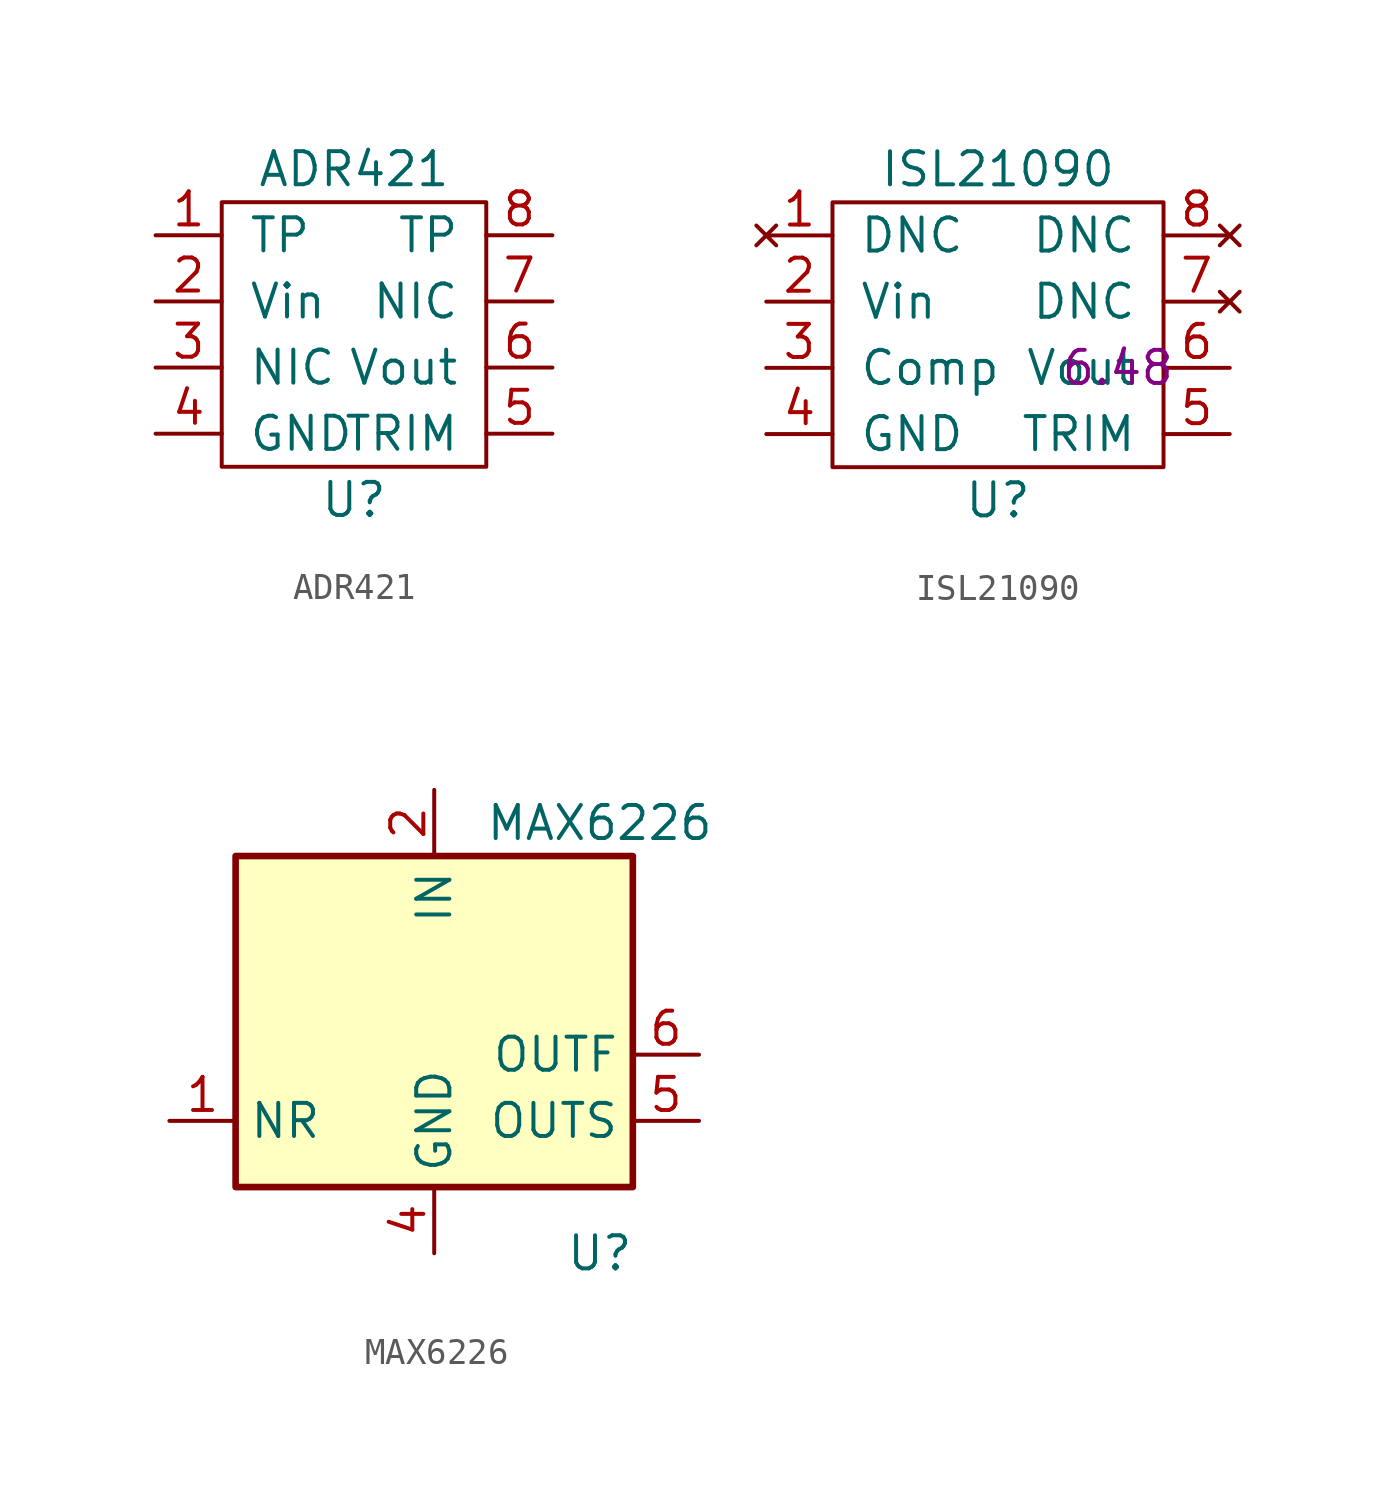
<source format=kicad_sym>
(kicad_symbol_lib
  (version 20211014)
  (generator kicad_symbol_editor)
  (symbol "ADR421"
    (pin_names
      (offset 1.016))
    (property "Reference" "U"
      (at 0 -6.35 0)
      (effects (font (size 1.27 1.27))))
    (property "Value" "ADR421"
      (at 0 6.35 0)
      (effects (font (size 1.27 1.27))))
    (symbol "ADR421_0_1"
      (rectangle (start -5.08 5.08) (end 5.08 -5.08) (stroke (width 0) (type default) (color 0 0 0 0)) (fill (type none))))
    (symbol "ADR421_1_1"
      (pin input line (at -7.62 3.81 0) (length 2.54) (name "TP" (effects (font (size 1.27 1.27)))) (number "1" (effects (font (size 1.27 1.27)))))
      (pin input line (at -7.62 1.27 0) (length 2.54) (name "Vin" (effects (font (size 1.27 1.27)))) (number "2" (effects (font (size 1.27 1.27)))))
      (pin input line (at -7.62 -1.27 0) (length 2.54) (name "NIC" (effects (font (size 1.27 1.27)))) (number "3" (effects (font (size 1.27 1.27)))))
      (pin input line (at -7.62 -3.81 0) (length 2.54) (name "GND" (effects (font (size 1.27 1.27)))) (number "4" (effects (font (size 1.27 1.27)))))
      (pin input line (at 7.62 -3.81 180) (length 2.54) (name "TRIM" (effects (font (size 1.27 1.27)))) (number "5" (effects (font (size 1.27 1.27)))))
      (pin input line (at 7.62 -1.27 180) (length 2.54) (name "Vout" (effects (font (size 1.27 1.27)))) (number "6" (effects (font (size 1.27 1.27)))))
      (pin input line (at 7.62 1.27 180) (length 2.54) (name "NIC" (effects (font (size 1.27 1.27)))) (number "7" (effects (font (size 1.27 1.27)))))
      (pin input line (at 7.62 3.81 180) (length 2.54) (name "TP" (effects (font (size 1.27 1.27)))) (number "8" (effects (font (size 1.27 1.27)))))))
  (symbol "ISL21090"
    (pin_names
      (offset 1.016))
    (property "Reference" "U"
      (at 0 -6.35 0)
      (effects (font (size 1.27 1.27))))
    (property "Value" "ISL21090"
      (at 0 6.35 0)
      (effects (font (size 1.27 1.27))))
    (property "Price" "6.48 "
      (at 5.08 -1.27 0)
      (effects (font (size 1.27 1.27))))
    (symbol "ISL21090_0_1"
      (rectangle (start -6.35 5.08) (end 6.35 -5.08) (stroke (width 0) (type default) (color 0 0 0 0)) (fill (type none))))
    (symbol "ISL21090_1_1"
      (pin no_connect line (at -8.89 3.81 0) (length 2.54) (name "DNC" (effects (font (size 1.27 1.27)))) (number "1" (effects (font (size 1.27 1.27)))))
      (pin input line (at -8.89 1.27 0) (length 2.54) (name "Vin" (effects (font (size 1.27 1.27)))) (number "2" (effects (font (size 1.27 1.27)))))
      (pin input line (at -8.89 -1.27 0) (length 2.54) (name "Comp" (effects (font (size 1.27 1.27)))) (number "3" (effects (font (size 1.27 1.27)))))
      (pin input line (at -8.89 -3.81 0) (length 2.54) (name "GND" (effects (font (size 1.27 1.27)))) (number "4" (effects (font (size 1.27 1.27)))))
      (pin input line (at 8.89 -3.81 180) (length 2.54) (name "TRIM" (effects (font (size 1.27 1.27)))) (number "5" (effects (font (size 1.27 1.27)))))
      (pin input line (at 8.89 -1.27 180) (length 2.54) (name "Vout" (effects (font (size 1.27 1.27)))) (number "6" (effects (font (size 1.27 1.27)))))
      (pin no_connect line (at 8.89 1.27 180) (length 2.54) (name "DNC" (effects (font (size 1.27 1.27)))) (number "7" (effects (font (size 1.27 1.27)))))
      (pin no_connect line (at 8.89 3.81 180) (length 2.54) (name "DNC" (effects (font (size 1.27 1.27)))) (number "8" (effects (font (size 1.27 1.27)))))))
  (symbol "MAX6226"
    (property "Reference" "U"
      (at 6.35 -8.89 0)
      (effects (font (size 1.27 1.27))))
    (property "Value" "MAX6226"
      (at 6.35 7.62 0)
      (effects (font (size 1.27 1.27))))
    (symbol "MAX6226_0_1"
      (rectangle (start -7.62 6.35) (end 7.62 -6.35) (stroke (width 0.254) (type default) (color 0 0 0 0)) (fill (type background))))
    (symbol "MAX6226_1_1"
      (pin passive line (at -10.16 -3.81 0) (length 2.54) (name "NR" (effects (font (size 1.27 1.27)))) (number "1" (effects (font (size 1.27 1.27)))))
      (pin power_in line (at 0 8.89 270) (length 2.54) (name "IN" (effects (font (size 1.27 1.27)))) (number "2" (effects (font (size 1.27 1.27)))))
      (pin no_connect line (at -7.62 -1.27 0) (length 2.54) hide (name "I.C." (effects (font (size 1.27 1.27)))) (number "3" (effects (font (size 1.27 1.27)))))
      (pin power_in line (at 0 -8.89 90) (length 2.54) (name "GND" (effects (font (size 1.27 1.27)))) (number "4" (effects (font (size 1.27 1.27)))))
      (pin input line (at 10.16 -3.81 180) (length 2.54) (name "OUTS" (effects (font (size 1.27 1.27)))) (number "5" (effects (font (size 1.27 1.27)))))
      (pin power_out line (at 10.16 -1.27 180) (length 2.54) (name "OUTF" (effects (font (size 1.27 1.27)))) (number "6" (effects (font (size 1.27 1.27)))))
      (pin no_connect line (at 7.62 1.27 180) (length 2.54) hide (name "I.C." (effects (font (size 1.27 1.27)))) (number "7" (effects (font (size 1.27 1.27)))))
      (pin no_connect line (at 7.62 3.81 180) (length 2.54) hide (name "I.C." (effects (font (size 1.27 1.27)))) (number "8" (effects (font (size 1.27 1.27))))))))
</source>
